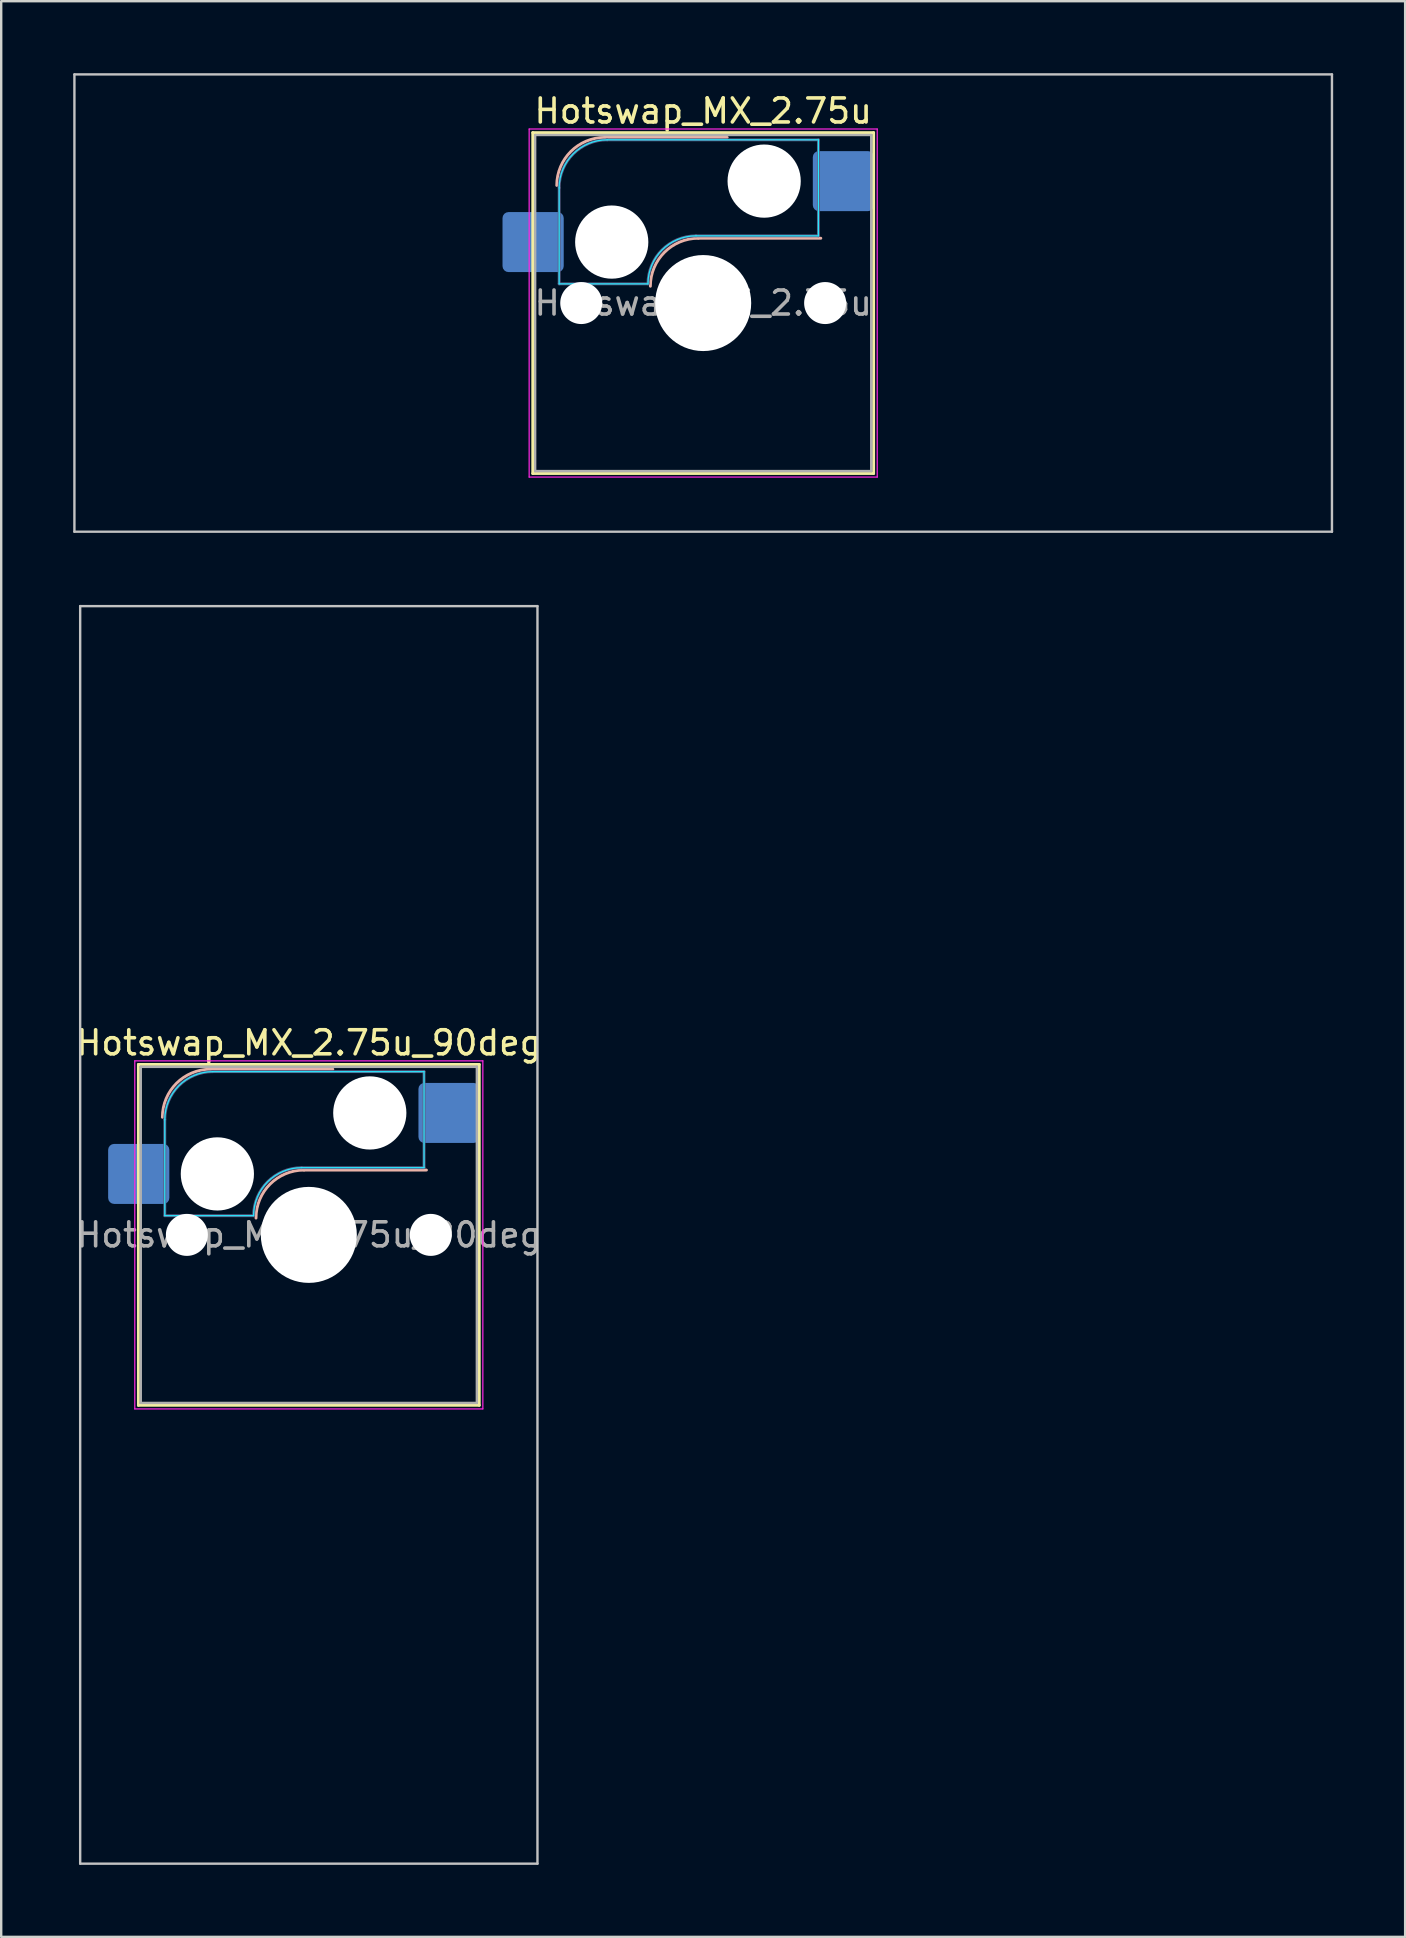
<source format=kicad_pcb>
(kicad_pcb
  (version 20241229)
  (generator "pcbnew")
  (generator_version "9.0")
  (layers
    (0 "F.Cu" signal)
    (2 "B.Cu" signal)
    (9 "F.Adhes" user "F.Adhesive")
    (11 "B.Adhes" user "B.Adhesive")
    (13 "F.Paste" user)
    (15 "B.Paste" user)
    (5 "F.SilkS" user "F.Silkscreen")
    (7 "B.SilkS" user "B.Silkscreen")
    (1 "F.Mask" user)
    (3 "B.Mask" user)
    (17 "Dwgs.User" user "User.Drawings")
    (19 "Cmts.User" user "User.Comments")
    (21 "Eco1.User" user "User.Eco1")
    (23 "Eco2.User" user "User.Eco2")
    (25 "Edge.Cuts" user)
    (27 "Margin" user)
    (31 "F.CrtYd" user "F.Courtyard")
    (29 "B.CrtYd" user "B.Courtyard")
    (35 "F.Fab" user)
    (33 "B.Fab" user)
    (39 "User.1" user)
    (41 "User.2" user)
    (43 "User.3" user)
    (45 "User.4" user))
  (footprint "Hotswap_MX_2.75u"
    (layer "F.Cu")
    (at 26.244 9.575)
    (property "Reference" "Hotswap_MX_2.75u" (at 0 -8 0) (layer "F.SilkS") (effects (font (size 1 1) (thickness 0.15))))
    (attr smd)
    (fp_line (start -7.1 -7.1) (end -7.1 7.1) (stroke (width 0.12) (type solid)) (layer "F.SilkS"))
    (fp_line (start -7.1 7.1) (end 7.1 7.1) (stroke (width 0.12) (type solid)) (layer "F.SilkS"))
    (fp_line (start 7.1 -7.1) (end -7.1 -7.1) (stroke (width 0.12) (type solid)) (layer "F.SilkS"))
    (fp_line (start 7.1 7.1) (end 7.1 -7.1) (stroke (width 0.12) (type solid)) (layer "F.SilkS"))
    (fp_line (start -4.1 -6.9) (end 1 -6.9) (stroke (width 0.12) (type solid)) (layer "B.SilkS"))
    (fp_line (start -0.2 -2.7) (end 4.9 -2.7) (stroke (width 0.12) (type solid)) (layer "B.SilkS"))
    (fp_arc (start -6.1 -4.9) (mid -5.514214 -6.314214) (end -4.1 -6.9) (stroke (width 0.12) (type solid)) (layer "B.SilkS"))
    (fp_arc (start -2.2 -0.7) (mid -1.614214 -2.114214) (end -0.2 -2.7) (stroke (width 0.12) (type solid)) (layer "B.SilkS"))
    (fp_line (start -26.194 -9.525) (end -26.194 9.525) (stroke (width 0.1) (type solid)) (layer "Dwgs.User"))
    (fp_line (start -26.194 9.525) (end 26.194 9.525) (stroke (width 0.1) (type solid)) (layer "Dwgs.User"))
    (fp_line (start 26.194 -9.525) (end -26.194 -9.525) (stroke (width 0.1) (type solid)) (layer "Dwgs.User"))
    (fp_line (start 26.194 9.525) (end 26.194 -9.525) (stroke (width 0.1) (type solid)) (layer "Dwgs.User"))
    (fp_line (start -7.8 -6) (end -7 -6) (stroke (width 0.1) (type solid)) (layer "Eco1.User"))
    (fp_line (start -7.8 -2.9) (end -7.8 -6) (stroke (width 0.1) (type solid)) (layer "Eco1.User"))
    (fp_line (start -7.8 2.9) (end -7 2.9) (stroke (width 0.1) (type solid)) (layer "Eco1.User"))
    (fp_line (start -7.8 6) (end -7.8 2.9) (stroke (width 0.1) (type solid)) (layer "Eco1.User"))
    (fp_line (start -7 -7) (end 7 -7) (stroke (width 0.1) (type solid)) (layer "Eco1.User"))
    (fp_line (start -7 -6) (end -7 -7) (stroke (width 0.1) (type solid)) (layer "Eco1.User"))
    (fp_line (start -7 -2.9) (end -7.8 -2.9) (stroke (width 0.1) (type solid)) (layer "Eco1.User"))
    (fp_line (start -7 2.9) (end -7 -2.9) (stroke (width 0.1) (type solid)) (layer "Eco1.User"))
    (fp_line (start -7 6) (end -7.8 6) (stroke (width 0.1) (type solid)) (layer "Eco1.User"))
    (fp_line (start -7 7) (end -7 6) (stroke (width 0.1) (type solid)) (layer "Eco1.User"))
    (fp_line (start 7 -7) (end 7 -6) (stroke (width 0.1) (type solid)) (layer "Eco1.User"))
    (fp_line (start 7 -6) (end 7.8 -6) (stroke (width 0.1) (type solid)) (layer "Eco1.User"))
    (fp_line (start 7 -2.9) (end 7 2.9) (stroke (width 0.1) (type solid)) (layer "Eco1.User"))
    (fp_line (start 7 2.9) (end 7.8 2.9) (stroke (width 0.1) (type solid)) (layer "Eco1.User"))
    (fp_line (start 7 6) (end 7 7) (stroke (width 0.1) (type solid)) (layer "Eco1.User"))
    (fp_line (start 7 7) (end -7 7) (stroke (width 0.1) (type solid)) (layer "Eco1.User"))
    (fp_line (start 7.8 -6) (end 7.8 -2.9) (stroke (width 0.1) (type solid)) (layer "Eco1.User"))
    (fp_line (start 7.8 -2.9) (end 7 -2.9) (stroke (width 0.1) (type solid)) (layer "Eco1.User"))
    (fp_line (start 7.8 2.9) (end 7.8 6) (stroke (width 0.1) (type solid)) (layer "Eco1.User"))
    (fp_line (start 7.8 6) (end 7 6) (stroke (width 0.1) (type solid)) (layer "Eco1.User"))
    (fp_line (start -6 -0.8) (end -6 -4.8) (stroke (width 0.05) (type solid)) (layer "B.CrtYd"))
    (fp_line (start -6 -0.8) (end -2.3 -0.8) (stroke (width 0.05) (type solid)) (layer "B.CrtYd"))
    (fp_line (start -4 -6.8) (end 4.8 -6.8) (stroke (width 0.05) (type solid)) (layer "B.CrtYd"))
    (fp_line (start -0.3 -2.8) (end 4.8 -2.8) (stroke (width 0.05) (type solid)) (layer "B.CrtYd"))
    (fp_line (start 4.8 -6.8) (end 4.8 -2.8) (stroke (width 0.05) (type solid)) (layer "B.CrtYd"))
    (fp_arc (start -6 -4.8) (mid -5.414214 -6.214214) (end -4 -6.8) (stroke (width 0.05) (type solid)) (layer "B.CrtYd"))
    (fp_arc (start -2.3 -0.8) (mid -1.714214 -2.214214) (end -0.3 -2.8) (stroke (width 0.05) (type solid)) (layer "B.CrtYd"))
    (fp_line (start -7.25 -7.25) (end -7.25 7.25) (stroke (width 0.05) (type solid)) (layer "F.CrtYd"))
    (fp_line (start -7.25 7.25) (end 7.25 7.25) (stroke (width 0.05) (type solid)) (layer "F.CrtYd"))
    (fp_line (start 7.25 -7.25) (end -7.25 -7.25) (stroke (width 0.05) (type solid)) (layer "F.CrtYd"))
    (fp_line (start 7.25 7.25) (end 7.25 -7.25) (stroke (width 0.05) (type solid)) (layer "F.CrtYd"))
    (fp_line (start -6 -0.8) (end -6 -4.8) (stroke (width 0.12) (type solid)) (layer "B.Fab"))
    (fp_line (start -6 -0.8) (end -2.3 -0.8) (stroke (width 0.12) (type solid)) (layer "B.Fab"))
    (fp_line (start -4 -6.8) (end 4.8 -6.8) (stroke (width 0.12) (type solid)) (layer "B.Fab"))
    (fp_line (start -0.3 -2.8) (end 4.8 -2.8) (stroke (width 0.12) (type solid)) (layer "B.Fab"))
    (fp_line (start 4.8 -6.8) (end 4.8 -2.8) (stroke (width 0.12) (type solid)) (layer "B.Fab"))
    (fp_arc (start -6 -4.8) (mid -5.414214 -6.214214) (end -4 -6.8) (stroke (width 0.12) (type solid)) (layer "B.Fab"))
    (fp_arc (start -2.3 -0.8) (mid -1.714214 -2.214214) (end -0.3 -2.8) (stroke (width 0.12) (type solid)) (layer "B.Fab"))
    (fp_line (start -7 -7) (end -7 7) (stroke (width 0.1) (type solid)) (layer "F.Fab"))
    (fp_line (start -7 7) (end 7 7) (stroke (width 0.1) (type solid)) (layer "F.Fab"))
    (fp_line (start 7 -7) (end -7 -7) (stroke (width 0.1) (type solid)) (layer "F.Fab"))
    (fp_line (start 7 7) (end 7 -7) (stroke (width 0.1) (type solid)) (layer "F.Fab"))
    (fp_text user "${REFERENCE}" (at 0 0 0) (layer "F.Fab") (effects (font (size 1 1) (thickness 0.15))))
    (pad "" np_thru_hole circle (at -5.08 0) (size 1.75 1.75) (drill 1.75) (layers "*.Cu" "*.Mask"))
    (pad "" np_thru_hole circle (at -3.81 -2.54) (size 3.05 3.05) (drill 3.05) (layers "*.Cu" "*.Mask"))
    (pad "" np_thru_hole circle (at 0 0) (size 4 4) (drill 4) (layers "*.Cu" "*.Mask"))
    (pad "" np_thru_hole circle (at 2.54 -5.08) (size 3.05 3.05) (drill 3.05) (layers "*.Cu" "*.Mask"))
    (pad "" np_thru_hole circle (at 5.08 0) (size 1.75 1.75) (drill 1.75) (layers "*.Cu" "*.Mask"))
    (pad "1" smd roundrect (at -7.085 -2.54) (size 2.55 2.5) (layers "B.Cu" "B.Mask" "B.Paste") (roundrect_rratio 0.1))
    (pad "2" smd roundrect (at 5.842 -5.08) (size 2.55 2.5) (layers "B.Cu" "B.Mask" "B.Paste") (roundrect_rratio 0.1)))
  (footprint "Hotswap_MX_2.75u_90deg"
    (layer "F.Cu")
    (at 9.815 48.394)
    (property "Reference" "Hotswap_MX_2.75u_90deg" (at 0 -8 0) (layer "F.SilkS") (effects (font (size 1 1) (thickness 0.15))))
    (attr smd)
    (fp_line (start -7.1 -7.1) (end -7.1 7.1) (stroke (width 0.12) (type solid)) (layer "F.SilkS"))
    (fp_line (start -7.1 7.1) (end 7.1 7.1) (stroke (width 0.12) (type solid)) (layer "F.SilkS"))
    (fp_line (start 7.1 -7.1) (end -7.1 -7.1) (stroke (width 0.12) (type solid)) (layer "F.SilkS"))
    (fp_line (start 7.1 7.1) (end 7.1 -7.1) (stroke (width 0.12) (type solid)) (layer "F.SilkS"))
    (fp_line (start -4.1 -6.9) (end 1 -6.9) (stroke (width 0.12) (type solid)) (layer "B.SilkS"))
    (fp_line (start -0.2 -2.7) (end 4.9 -2.7) (stroke (width 0.12) (type solid)) (layer "B.SilkS"))
    (fp_arc (start -6.1 -4.9) (mid -5.514214 -6.314214) (end -4.1 -6.9) (stroke (width 0.12) (type solid)) (layer "B.SilkS"))
    (fp_arc (start -2.2 -0.7) (mid -1.614214 -2.114214) (end -0.2 -2.7) (stroke (width 0.12) (type solid)) (layer "B.SilkS"))
    (fp_line (start -9.525 -26.194) (end 9.525 -26.194) (stroke (width 0.1) (type solid)) (layer "Dwgs.User"))
    (fp_line (start -9.525 26.194) (end -9.525 -26.194) (stroke (width 0.1) (type solid)) (layer "Dwgs.User"))
    (fp_line (start 9.525 -26.194) (end 9.525 26.194) (stroke (width 0.1) (type solid)) (layer "Dwgs.User"))
    (fp_line (start 9.525 26.194) (end -9.525 26.194) (stroke (width 0.1) (type solid)) (layer "Dwgs.User"))
    (fp_line (start -7.8 -6) (end -7 -6) (stroke (width 0.1) (type solid)) (layer "Eco1.User"))
    (fp_line (start -7.8 -2.9) (end -7.8 -6) (stroke (width 0.1) (type solid)) (layer "Eco1.User"))
    (fp_line (start -7.8 2.9) (end -7 2.9) (stroke (width 0.1) (type solid)) (layer "Eco1.User"))
    (fp_line (start -7.8 6) (end -7.8 2.9) (stroke (width 0.1) (type solid)) (layer "Eco1.User"))
    (fp_line (start -7 -7) (end 7 -7) (stroke (width 0.1) (type solid)) (layer "Eco1.User"))
    (fp_line (start -7 -6) (end -7 -7) (stroke (width 0.1) (type solid)) (layer "Eco1.User"))
    (fp_line (start -7 -2.9) (end -7.8 -2.9) (stroke (width 0.1) (type solid)) (layer "Eco1.User"))
    (fp_line (start -7 2.9) (end -7 -2.9) (stroke (width 0.1) (type solid)) (layer "Eco1.User"))
    (fp_line (start -7 6) (end -7.8 6) (stroke (width 0.1) (type solid)) (layer "Eco1.User"))
    (fp_line (start -7 7) (end -7 6) (stroke (width 0.1) (type solid)) (layer "Eco1.User"))
    (fp_line (start 7 -7) (end 7 -6) (stroke (width 0.1) (type solid)) (layer "Eco1.User"))
    (fp_line (start 7 -6) (end 7.8 -6) (stroke (width 0.1) (type solid)) (layer "Eco1.User"))
    (fp_line (start 7 -2.9) (end 7 2.9) (stroke (width 0.1) (type solid)) (layer "Eco1.User"))
    (fp_line (start 7 2.9) (end 7.8 2.9) (stroke (width 0.1) (type solid)) (layer "Eco1.User"))
    (fp_line (start 7 6) (end 7 7) (stroke (width 0.1) (type solid)) (layer "Eco1.User"))
    (fp_line (start 7 7) (end -7 7) (stroke (width 0.1) (type solid)) (layer "Eco1.User"))
    (fp_line (start 7.8 -6) (end 7.8 -2.9) (stroke (width 0.1) (type solid)) (layer "Eco1.User"))
    (fp_line (start 7.8 -2.9) (end 7 -2.9) (stroke (width 0.1) (type solid)) (layer "Eco1.User"))
    (fp_line (start 7.8 2.9) (end 7.8 6) (stroke (width 0.1) (type solid)) (layer "Eco1.User"))
    (fp_line (start 7.8 6) (end 7 6) (stroke (width 0.1) (type solid)) (layer "Eco1.User"))
    (fp_line (start -6 -0.8) (end -6 -4.8) (stroke (width 0.05) (type solid)) (layer "B.CrtYd"))
    (fp_line (start -6 -0.8) (end -2.3 -0.8) (stroke (width 0.05) (type solid)) (layer "B.CrtYd"))
    (fp_line (start -4 -6.8) (end 4.8 -6.8) (stroke (width 0.05) (type solid)) (layer "B.CrtYd"))
    (fp_line (start -0.3 -2.8) (end 4.8 -2.8) (stroke (width 0.05) (type solid)) (layer "B.CrtYd"))
    (fp_line (start 4.8 -6.8) (end 4.8 -2.8) (stroke (width 0.05) (type solid)) (layer "B.CrtYd"))
    (fp_arc (start -6 -4.8) (mid -5.414214 -6.214214) (end -4 -6.8) (stroke (width 0.05) (type solid)) (layer "B.CrtYd"))
    (fp_arc (start -2.3 -0.8) (mid -1.714214 -2.214214) (end -0.3 -2.8) (stroke (width 0.05) (type solid)) (layer "B.CrtYd"))
    (fp_line (start -7.25 -7.25) (end -7.25 7.25) (stroke (width 0.05) (type solid)) (layer "F.CrtYd"))
    (fp_line (start -7.25 7.25) (end 7.25 7.25) (stroke (width 0.05) (type solid)) (layer "F.CrtYd"))
    (fp_line (start 7.25 -7.25) (end -7.25 -7.25) (stroke (width 0.05) (type solid)) (layer "F.CrtYd"))
    (fp_line (start 7.25 7.25) (end 7.25 -7.25) (stroke (width 0.05) (type solid)) (layer "F.CrtYd"))
    (fp_line (start -6 -0.8) (end -6 -4.8) (stroke (width 0.12) (type solid)) (layer "B.Fab"))
    (fp_line (start -6 -0.8) (end -2.3 -0.8) (stroke (width 0.12) (type solid)) (layer "B.Fab"))
    (fp_line (start -4 -6.8) (end 4.8 -6.8) (stroke (width 0.12) (type solid)) (layer "B.Fab"))
    (fp_line (start -0.3 -2.8) (end 4.8 -2.8) (stroke (width 0.12) (type solid)) (layer "B.Fab"))
    (fp_line (start 4.8 -6.8) (end 4.8 -2.8) (stroke (width 0.12) (type solid)) (layer "B.Fab"))
    (fp_arc (start -6 -4.8) (mid -5.414214 -6.214214) (end -4 -6.8) (stroke (width 0.12) (type solid)) (layer "B.Fab"))
    (fp_arc (start -2.3 -0.8) (mid -1.714214 -2.214214) (end -0.3 -2.8) (stroke (width 0.12) (type solid)) (layer "B.Fab"))
    (fp_line (start -7 -7) (end -7 7) (stroke (width 0.1) (type solid)) (layer "F.Fab"))
    (fp_line (start -7 7) (end 7 7) (stroke (width 0.1) (type solid)) (layer "F.Fab"))
    (fp_line (start 7 -7) (end -7 -7) (stroke (width 0.1) (type solid)) (layer "F.Fab"))
    (fp_line (start 7 7) (end 7 -7) (stroke (width 0.1) (type solid)) (layer "F.Fab"))
    (fp_text user "${REFERENCE}" (at 0 0 0) (layer "F.Fab") (effects (font (size 1 1) (thickness 0.15))))
    (pad "" np_thru_hole circle (at -5.08 0) (size 1.75 1.75) (drill 1.75) (layers "*.Cu" "*.Mask"))
    (pad "" np_thru_hole circle (at -3.81 -2.54) (size 3.05 3.05) (drill 3.05) (layers "*.Cu" "*.Mask"))
    (pad "" np_thru_hole circle (at 0 0) (size 4 4) (drill 4) (layers "*.Cu" "*.Mask"))
    (pad "" np_thru_hole circle (at 2.54 -5.08) (size 3.05 3.05) (drill 3.05) (layers "*.Cu" "*.Mask"))
    (pad "" np_thru_hole circle (at 5.08 0) (size 1.75 1.75) (drill 1.75) (layers "*.Cu" "*.Mask"))
    (pad "1" smd roundrect (at -7.085 -2.54) (size 2.55 2.5) (layers "B.Cu" "B.Mask" "B.Paste") (roundrect_rratio 0.1))
    (pad "2" smd roundrect (at 5.842 -5.08) (size 2.55 2.5) (layers "B.Cu" "B.Mask" "B.Paste") (roundrect_rratio 0.1)))
  (gr_rect
    (start -3 -3)
    (end 55.487 77.638)
    (stroke (width 0.1) (type default))
    (fill no)
    (layer "Edge.Cuts")))
</source>
